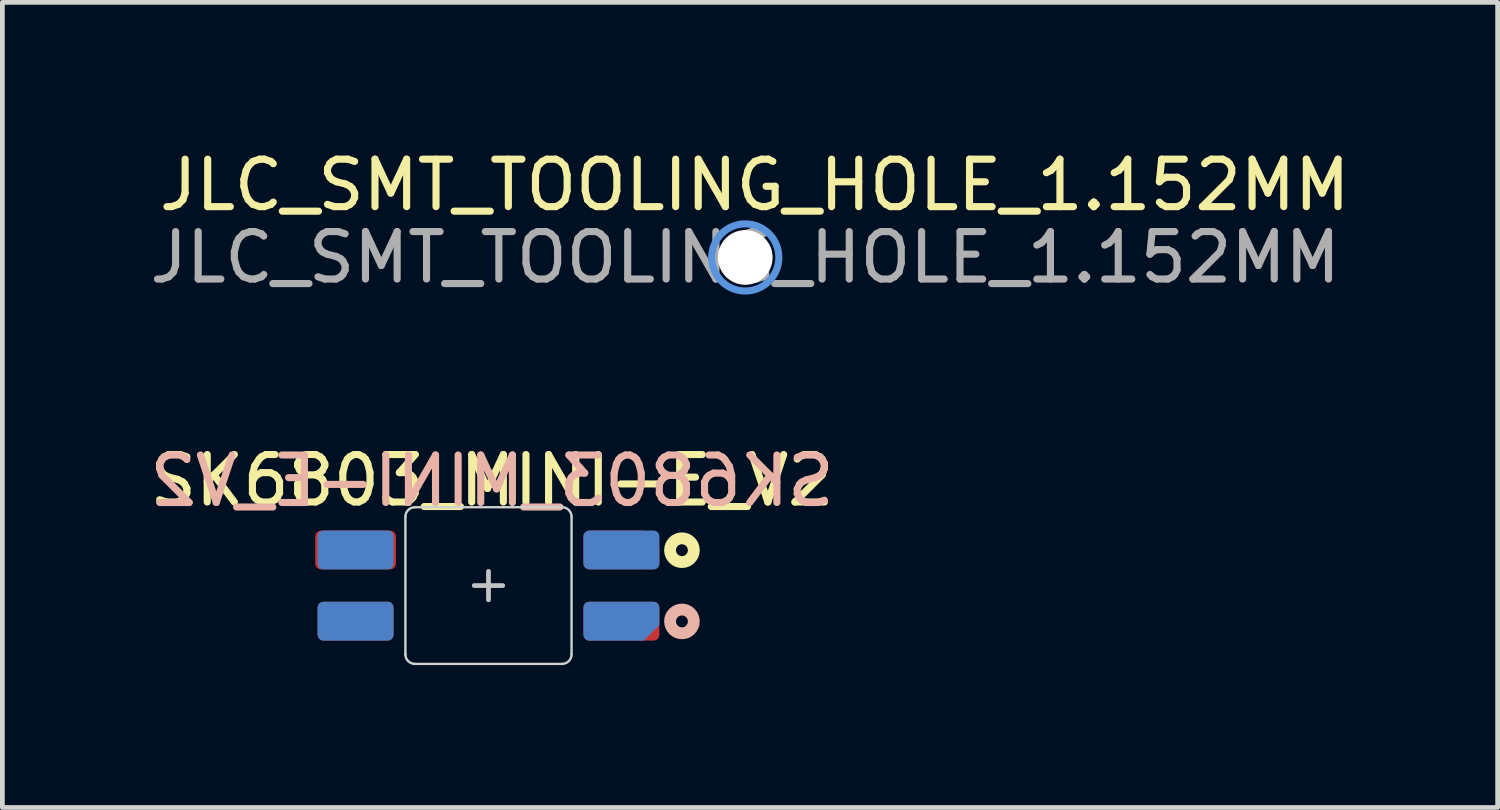
<source format=kicad_pcb>
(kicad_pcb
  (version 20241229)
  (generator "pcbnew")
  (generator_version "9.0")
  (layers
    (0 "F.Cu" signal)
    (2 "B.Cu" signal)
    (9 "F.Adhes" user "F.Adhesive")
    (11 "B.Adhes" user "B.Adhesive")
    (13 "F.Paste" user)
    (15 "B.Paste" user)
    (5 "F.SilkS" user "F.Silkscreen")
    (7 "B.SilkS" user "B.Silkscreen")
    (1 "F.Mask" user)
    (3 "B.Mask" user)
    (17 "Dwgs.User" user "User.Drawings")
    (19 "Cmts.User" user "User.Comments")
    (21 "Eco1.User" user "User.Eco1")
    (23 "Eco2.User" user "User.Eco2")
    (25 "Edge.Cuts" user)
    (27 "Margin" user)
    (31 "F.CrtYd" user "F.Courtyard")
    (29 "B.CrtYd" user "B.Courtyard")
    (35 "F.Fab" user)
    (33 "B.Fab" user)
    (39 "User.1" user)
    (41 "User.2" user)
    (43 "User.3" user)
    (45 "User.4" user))
  (footprint "SK6803_MINI-E_V2"
    (layer "F.Cu")
    (at 7.24 9.285)
    (property "Reference" "SK6803_MINI-E_V2" (at 0.075 -2.205 0) (layer "B.SilkS") (effects (font (size 1 1) (thickness 0.15)) (justify mirror)))
    (fp_circle (center 4.075 -0.745) (end 3.825 -0.745) (stroke (width 0.25) (type default)) (fill no) (layer "F.SilkS"))
    (fp_circle (center 4.075 0.755) (end 3.825 0.755) (stroke (width 0.25) (type default)) (fill no) (layer "B.SilkS"))
    (fp_line (start 0 -0.3) (end 0 0.3) (stroke (width 0.1) (type solid)) (layer "Dwgs.User"))
    (fp_line (start 0.3 0) (end -0.3 0) (stroke (width 0.1) (type solid)) (layer "Dwgs.User"))
    (fp_line (start -1.75 -1.45) (end -1.75 1.45) (stroke (width 0.05) (type default)) (layer "Edge.Cuts"))
    (fp_line (start -1.55 -1.65) (end 1.55 -1.65) (stroke (width 0.05) (type default)) (layer "Edge.Cuts"))
    (fp_line (start 1.55 1.65) (end -1.55 1.65) (stroke (width 0.05) (type default)) (layer "Edge.Cuts"))
    (fp_line (start 1.75 1.45) (end 1.75 -1.45) (stroke (width 0.05) (type default)) (layer "Edge.Cuts"))
    (fp_arc (start -1.75 -1.45) (mid -1.691422 -1.591422) (end -1.55 -1.65) (stroke (width 0.05) (type default)) (layer "Edge.Cuts"))
    (fp_arc (start -1.55 1.65) (mid -1.691422 1.591422) (end -1.75 1.45) (stroke (width 0.05) (type default)) (layer "Edge.Cuts"))
    (fp_arc (start 1.55 -1.65) (mid 1.691422 -1.591422) (end 1.75 -1.45) (stroke (width 0.05) (type default)) (layer "Edge.Cuts"))
    (fp_arc (start 1.75 1.45) (mid 1.691422 1.591422) (end 1.55 1.65) (stroke (width 0.05) (type default)) (layer "Edge.Cuts"))
    (fp_text user "${REFERENCE}" (at 0.075 -2.215 0) (layer "F.SilkS") (effects (font (size 1 1) (thickness 0.15))))
    (pad "1" smd roundrect (at 2.8 -0.75 180) (size 1.6 0.82) (layers "F.Cu" "F.Mask" "F.Paste") (roundrect_rratio 0.15) (chamfer_ratio 0.4) (chamfer bottom_left))
    (pad "1" smd roundrect (at 2.8 0.75) (size 1.6 0.82) (layers "B.Cu" "B.Mask" "B.Paste") (roundrect_rratio 0.15) (chamfer_ratio 0.4) (chamfer bottom_right))
    (pad "2" smd roundrect (at 2.8 -0.75 180) (size 1.6 0.82) (layers "B.Cu" "B.Mask" "B.Paste") (roundrect_rratio 0.15))
    (pad "2" smd roundrect (at 2.8 0.75) (size 1.6 0.82) (layers "F.Cu" "F.Mask" "F.Paste") (roundrect_rratio 0.15))
    (pad "3" smd roundrect (at -2.8 -0.75) (size 1.6 0.82) (layers "B.Cu" "B.Mask" "B.Paste") (roundrect_rratio 0.15))
    (pad "3" smd roundrect (at -2.8 0.75 180) (size 1.6 0.82) (layers "F.Cu" "F.Mask" "F.Paste") (roundrect_rratio 0.15))
    (pad "4" smd roundrect (at -2.8 -0.75 180) (size 1.7 0.82) (layers "F.Cu" "F.Mask" "F.Paste") (roundrect_rratio 0.15))
    (pad "4" smd roundrect (at -2.8 0.75 180) (size 1.6 0.82) (layers "B.Cu" "B.Mask" "B.Paste") (roundrect_rratio 0.15)))
  (footprint "JLC_SMT_TOOLING_HOLE_1.152MM"
    (layer "F.Cu")
    (at 12.649 2.373)
    (property "Reference" "JLC_SMT_TOOLING_HOLE_1.152MM" (at 0.2 -1.525 0) (layer "F.SilkS") (effects (font (size 1 1) (thickness 0.15))))
    (attr exclude_from_pos_files exclude_from_bom)
    (fp_circle (center 0 0) (end 0.7 0.1) (stroke (width 0.15) (type solid)) (fill no) (layer "Cmts.User"))
    (fp_circle (center 0 0) (end 0.675 -0.025) (stroke (width 0.05) (type solid)) (fill no) (layer "F.CrtYd"))
    (fp_text user "${REFERENCE}" (at 0 0 0) (layer "F.Fab") (effects (font (size 1 1) (thickness 0.15))))
    (pad "" np_thru_hole circle (at 0 0) (size 1.152 1.152) (drill 1.152) (layers "*.Cu" "*.Mask")))
  (gr_rect
    (start -3 -3)
    (end 28.498 13.96)
    (stroke (width 0.1) (type default))
    (fill no)
    (layer "Edge.Cuts")))
</source>
